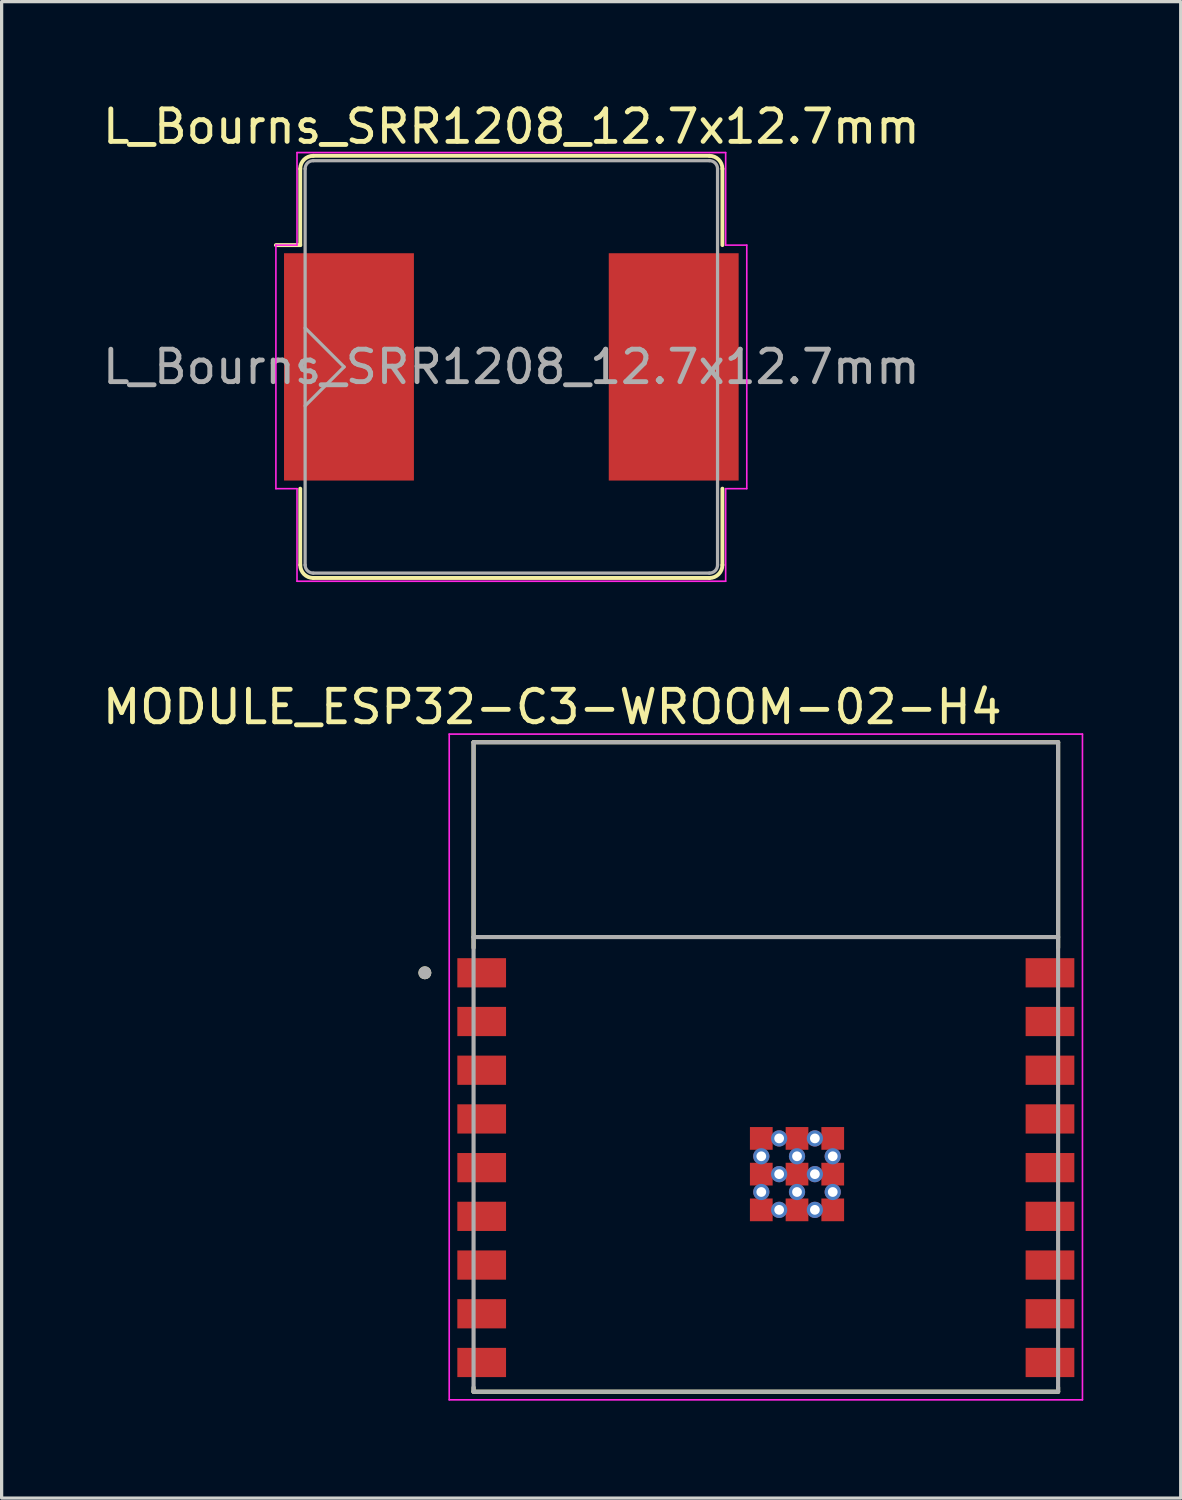
<source format=kicad_pcb>
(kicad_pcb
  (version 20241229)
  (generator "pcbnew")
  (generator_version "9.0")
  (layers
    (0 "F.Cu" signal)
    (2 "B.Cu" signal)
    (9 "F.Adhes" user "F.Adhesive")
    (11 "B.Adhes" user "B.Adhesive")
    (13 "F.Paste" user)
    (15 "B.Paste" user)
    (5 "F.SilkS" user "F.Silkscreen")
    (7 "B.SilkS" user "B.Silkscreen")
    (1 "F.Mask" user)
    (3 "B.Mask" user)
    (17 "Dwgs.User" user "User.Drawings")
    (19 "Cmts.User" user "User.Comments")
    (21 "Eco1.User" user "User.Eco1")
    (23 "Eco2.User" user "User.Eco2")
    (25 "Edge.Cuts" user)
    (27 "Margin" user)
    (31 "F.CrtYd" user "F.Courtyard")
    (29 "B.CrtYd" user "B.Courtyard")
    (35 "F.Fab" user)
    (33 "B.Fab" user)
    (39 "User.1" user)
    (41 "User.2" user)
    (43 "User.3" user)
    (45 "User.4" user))
  (footprint "MODULE_ESP32-C3-WROOM-02-H4"
    (layer "F.Cu")
    (at 20.533 29.806)
    (property "Reference" "MODULE_ESP32-C3-WROOM-02-H4" (at -6.575 -11.085 180) (layer "F.SilkS") (effects (font (size 1 1) (thickness 0.15))))
    (attr smd)
    (fp_line (start -9 -10) (end -9 -3.67) (stroke (width 0.127) (type solid)) (layer "F.SilkS"))
    (fp_line (start -9 10) (end -9 9.87) (stroke (width 0.127) (type solid)) (layer "F.SilkS"))
    (fp_line (start -9 10) (end 9 10) (stroke (width 0.127) (type solid)) (layer "F.SilkS"))
    (fp_line (start 9 -10) (end -9 -10) (stroke (width 0.127) (type solid)) (layer "F.SilkS"))
    (fp_line (start 9 -3.67) (end 9 -10) (stroke (width 0.127) (type solid)) (layer "F.SilkS"))
    (fp_line (start 9 10) (end 9 9.87) (stroke (width 0.127) (type solid)) (layer "F.SilkS"))
    (fp_circle (center -10.5 -2.9) (end -10.4 -2.9) (stroke (width 0.2) (type solid)) (fill no) (layer "F.SilkS"))
    (fp_line (start -9.75 -10.25) (end -9.75 10.25) (stroke (width 0.05) (type solid)) (layer "F.CrtYd"))
    (fp_line (start -9.75 10.25) (end 9.75 10.25) (stroke (width 0.05) (type solid)) (layer "F.CrtYd"))
    (fp_line (start 9.75 -10.25) (end -9.75 -10.25) (stroke (width 0.05) (type solid)) (layer "F.CrtYd"))
    (fp_line (start 9.75 10.25) (end 9.75 -10.25) (stroke (width 0.05) (type solid)) (layer "F.CrtYd"))
    (fp_line (start -9 -10) (end -9 -4) (stroke (width 0.127) (type solid)) (layer "F.Fab"))
    (fp_line (start -9 -4) (end -9 10) (stroke (width 0.127) (type solid)) (layer "F.Fab"))
    (fp_line (start -9 10) (end 9 10) (stroke (width 0.127) (type solid)) (layer "F.Fab"))
    (fp_line (start 9 -10) (end -9 -10) (stroke (width 0.127) (type solid)) (layer "F.Fab"))
    (fp_line (start 9 -4) (end -9 -4) (stroke (width 0.127) (type solid)) (layer "F.Fab"))
    (fp_line (start 9 -4) (end 9 -10) (stroke (width 0.127) (type solid)) (layer "F.Fab"))
    (fp_line (start 9 10) (end 9 -4) (stroke (width 0.127) (type solid)) (layer "F.Fab"))
    (fp_circle (center -10.5 -2.9) (end -10.4 -2.9) (stroke (width 0.2) (type solid)) (fill no) (layer "F.Fab"))
    (pad "1" smd rect (at -8.75 -2.9) (size 1.5 0.9) (layers "F.Cu" "F.Mask" "F.Paste"))
    (pad "2" smd rect (at -8.75 -1.4) (size 1.5 0.9) (layers "F.Cu" "F.Mask" "F.Paste"))
    (pad "3" smd rect (at -8.75 0.1) (size 1.5 0.9) (layers "F.Cu" "F.Mask" "F.Paste"))
    (pad "4" smd rect (at -8.75 1.6) (size 1.5 0.9) (layers "F.Cu" "F.Mask" "F.Paste"))
    (pad "5" smd rect (at -8.75 3.1) (size 1.5 0.9) (layers "F.Cu" "F.Mask" "F.Paste"))
    (pad "6" smd rect (at -8.75 4.6) (size 1.5 0.9) (layers "F.Cu" "F.Mask" "F.Paste"))
    (pad "7" smd rect (at -8.75 6.1) (size 1.5 0.9) (layers "F.Cu" "F.Mask" "F.Paste"))
    (pad "8" smd rect (at -8.75 7.6) (size 1.5 0.9) (layers "F.Cu" "F.Mask" "F.Paste"))
    (pad "9" smd rect (at -8.75 9.1) (size 1.5 0.9) (layers "F.Cu" "F.Mask" "F.Paste"))
    (pad "9" smd rect (at -0.14 2.2) (size 0.7 0.7) (layers "F.Cu" "F.Mask" "F.Paste"))
    (pad "9" thru_hole circle (at -0.14 2.75) (size 0.5 0.5) (drill 0.3) (layers "*.Cu"))
    (pad "9" smd rect (at -0.14 3.3) (size 0.7 0.7) (layers "F.Cu" "F.Mask" "F.Paste"))
    (pad "9" thru_hole circle (at -0.14 3.85) (size 0.5 0.5) (drill 0.3) (layers "*.Cu"))
    (pad "9" smd rect (at -0.14 4.4) (size 0.7 0.7) (layers "F.Cu" "F.Mask" "F.Paste"))
    (pad "9" thru_hole circle (at 0.41 2.2) (size 0.5 0.5) (drill 0.3) (layers "*.Cu"))
    (pad "9" thru_hole circle (at 0.41 3.3) (size 0.5 0.5) (drill 0.3) (layers "*.Cu"))
    (pad "9" thru_hole circle (at 0.41 4.4) (size 0.5 0.5) (drill 0.3) (layers "*.Cu"))
    (pad "9" smd rect (at 0.96 2.2) (size 0.7 0.7) (layers "F.Cu" "F.Mask" "F.Paste"))
    (pad "9" thru_hole circle (at 0.96 2.75) (size 0.5 0.5) (drill 0.3) (layers "*.Cu"))
    (pad "9" smd rect (at 0.96 3.3) (size 0.7 0.7) (layers "F.Cu" "F.Mask" "F.Paste"))
    (pad "9" thru_hole circle (at 0.96 3.85) (size 0.5 0.5) (drill 0.3) (layers "*.Cu"))
    (pad "9" smd rect (at 0.96 4.4) (size 0.7 0.7) (layers "F.Cu" "F.Mask" "F.Paste"))
    (pad "9" thru_hole circle (at 1.51 2.2) (size 0.5 0.5) (drill 0.3) (layers "*.Cu"))
    (pad "9" thru_hole circle (at 1.51 3.3) (size 0.5 0.5) (drill 0.3) (layers "*.Cu"))
    (pad "9" thru_hole circle (at 1.51 4.4) (size 0.5 0.5) (drill 0.3) (layers "*.Cu"))
    (pad "9" smd rect (at 2.06 2.2) (size 0.7 0.7) (layers "F.Cu" "F.Mask" "F.Paste"))
    (pad "9" thru_hole circle (at 2.06 2.75) (size 0.5 0.5) (drill 0.3) (layers "*.Cu"))
    (pad "9" smd rect (at 2.06 3.3) (size 0.7 0.7) (layers "F.Cu" "F.Mask" "F.Paste"))
    (pad "9" thru_hole circle (at 2.06 3.85) (size 0.5 0.5) (drill 0.3) (layers "*.Cu"))
    (pad "9" smd rect (at 2.06 4.4) (size 0.7 0.7) (layers "F.Cu" "F.Mask" "F.Paste"))
    (pad "10" smd rect (at 8.75 9.1) (size 1.5 0.9) (layers "F.Cu" "F.Mask" "F.Paste"))
    (pad "11" smd rect (at 8.75 7.6) (size 1.5 0.9) (layers "F.Cu" "F.Mask" "F.Paste"))
    (pad "12" smd rect (at 8.75 6.1) (size 1.5 0.9) (layers "F.Cu" "F.Mask" "F.Paste"))
    (pad "13" smd rect (at 8.75 4.6) (size 1.5 0.9) (layers "F.Cu" "F.Mask" "F.Paste"))
    (pad "14" smd rect (at 8.75 3.1) (size 1.5 0.9) (layers "F.Cu" "F.Mask" "F.Paste"))
    (pad "15" smd rect (at 8.75 1.6) (size 1.5 0.9) (layers "F.Cu" "F.Mask" "F.Paste"))
    (pad "16" smd rect (at 8.75 0.1) (size 1.5 0.9) (layers "F.Cu" "F.Mask" "F.Paste"))
    (pad "17" smd rect (at 8.75 -1.4) (size 1.5 0.9) (layers "F.Cu" "F.Mask" "F.Paste"))
    (pad "18" smd rect (at 8.75 -2.9) (size 1.5 0.9) (layers "F.Cu" "F.Mask" "F.Paste"))
    (zone (net_name "") (layer "F.Cu") (hatch full 0.508) (connect_pads) (min_thickness 0.01) (filled_areas_thickness no) (keepout (tracks not_allowed) (vias not_allowed) (pads not_allowed) (copperpour not_allowed) (footprints allowed)) (placement (enabled no)) (fill) (polygon (pts (xy 11.533 19.806) (xy 29.533 19.806) (xy 29.533 25.806) (xy 11.533 25.806))))
    (zone (net_name "") (layers "F.Cu" "B.Cu") (hatch full 0.508) (connect_pads) (min_thickness 0.01) (filled_areas_thickness no) (keepout (tracks allowed) (vias not_allowed) (pads allowed) (copperpour allowed) (footprints allowed)) (placement (enabled no)) (fill) (polygon (pts (xy 11.533 19.806) (xy 29.533 19.806) (xy 29.533 25.806) (xy 11.533 25.806))))
    (zone (net_name "") (layer "B.Cu") (hatch full 0.508) (connect_pads) (min_thickness 0.01) (filled_areas_thickness no) (keepout (tracks not_allowed) (vias not_allowed) (pads not_allowed) (copperpour not_allowed) (footprints allowed)) (placement (enabled no)) (fill) (polygon (pts (xy 11.533 19.806) (xy 29.533 19.806) (xy 29.533 25.806) (xy 11.533 25.806)))))
  (footprint "L_Bourns_SRR1208_12.7x12.7mm"
    (layer "F.Cu")
    (at 12.696 8.248)
    (property "Reference" "L_Bourns_SRR1208_12.7x12.7mm" (at 0 -7.4 180) (layer "F.SilkS") (effects (font (size 1 1) (thickness 0.15))))
    (attr smd)
    (fp_line (start -6.5 -6.1) (end -6.5 -3.75) (stroke (width 0.12) (type solid)) (layer "F.SilkS"))
    (fp_line (start -6.5 -3.75) (end -7.25 -3.75) (stroke (width 0.12) (type solid)) (layer "F.SilkS"))
    (fp_line (start -6.5 3.75) (end -6.5 6.1) (stroke (width 0.12) (type solid)) (layer "F.SilkS"))
    (fp_line (start -6.1 -6.5) (end 6.1 -6.5) (stroke (width 0.12) (type solid)) (layer "F.SilkS"))
    (fp_line (start 6.1 6.5) (end -6.1 6.5) (stroke (width 0.12) (type solid)) (layer "F.SilkS"))
    (fp_line (start 6.5 -6.1) (end 6.5 -3.75) (stroke (width 0.12) (type solid)) (layer "F.SilkS"))
    (fp_line (start 6.5 3.75) (end 6.5 6.1) (stroke (width 0.12) (type solid)) (layer "F.SilkS"))
    (fp_arc (start -6.5 -6.1) (mid -6.382843 -6.382843) (end -6.1 -6.5) (stroke (width 0.12) (type solid)) (layer "F.SilkS"))
    (fp_arc (start -6.1 6.5) (mid -6.382843 6.382843) (end -6.5 6.1) (stroke (width 0.12) (type solid)) (layer "F.SilkS"))
    (fp_arc (start 6.1 -6.5) (mid 6.382843 -6.382843) (end 6.5 -6.1) (stroke (width 0.12) (type solid)) (layer "F.SilkS"))
    (fp_arc (start 6.5 6.1) (mid 6.382843 6.382843) (end 6.1 6.5) (stroke (width 0.12) (type solid)) (layer "F.SilkS"))
    (fp_line (start -7.25 -3.75) (end -7.25 3.75) (stroke (width 0.05) (type solid)) (layer "F.CrtYd"))
    (fp_line (start -7.25 -3.75) (end -6.6 -3.75) (stroke (width 0.05) (type solid)) (layer "F.CrtYd"))
    (fp_line (start -6.6 -6.6) (end -6.6 -3.75) (stroke (width 0.05) (type solid)) (layer "F.CrtYd"))
    (fp_line (start -6.6 -6.6) (end 6.6 -6.6) (stroke (width 0.05) (type solid)) (layer "F.CrtYd"))
    (fp_line (start -6.6 3.75) (end -7.25 3.75) (stroke (width 0.05) (type solid)) (layer "F.CrtYd"))
    (fp_line (start -6.6 6.6) (end -6.6 3.75) (stroke (width 0.05) (type solid)) (layer "F.CrtYd"))
    (fp_line (start 6.6 -6.6) (end 6.6 -3.75) (stroke (width 0.05) (type solid)) (layer "F.CrtYd"))
    (fp_line (start 6.6 3.75) (end 6.6 6.6) (stroke (width 0.05) (type solid)) (layer "F.CrtYd"))
    (fp_line (start 6.6 6.6) (end -6.6 6.6) (stroke (width 0.05) (type solid)) (layer "F.CrtYd"))
    (fp_line (start 7.25 -3.75) (end 6.6 -3.75) (stroke (width 0.05) (type solid)) (layer "F.CrtYd"))
    (fp_line (start 7.25 -3.75) (end 7.25 3.75) (stroke (width 0.05) (type solid)) (layer "F.CrtYd"))
    (fp_line (start 7.25 3.75) (end 6.6 3.75) (stroke (width 0.05) (type solid)) (layer "F.CrtYd"))
    (fp_line (start -6.35 -6.1) (end -6.35 6.1) (stroke (width 0.1) (type solid)) (layer "F.Fab"))
    (fp_line (start -6.1 -6.35) (end 6.1 -6.35) (stroke (width 0.1) (type solid)) (layer "F.Fab"))
    (fp_line (start -5.15 0) (end -6.35 -1.2) (stroke (width 0.1) (type solid)) (layer "F.Fab"))
    (fp_line (start -5.15 0) (end -6.35 1.2) (stroke (width 0.1) (type solid)) (layer "F.Fab"))
    (fp_line (start 6.1 6.35) (end -6.1 6.35) (stroke (width 0.1) (type solid)) (layer "F.Fab"))
    (fp_line (start 6.35 -6.1) (end 6.35 6.1) (stroke (width 0.1) (type solid)) (layer "F.Fab"))
    (fp_arc (start -6.35 -6.1) (mid -6.276777 -6.276777) (end -6.1 -6.35) (stroke (width 0.1) (type solid)) (layer "F.Fab"))
    (fp_arc (start -6.1 6.35) (mid -6.276777 6.276777) (end -6.35 6.1) (stroke (width 0.1) (type solid)) (layer "F.Fab"))
    (fp_arc (start 6.1 -6.35) (mid 6.276777 -6.276777) (end 6.35 -6.1) (stroke (width 0.1) (type solid)) (layer "F.Fab"))
    (fp_arc (start 6.35 6.1) (mid 6.276777 6.276777) (end 6.1 6.35) (stroke (width 0.1) (type solid)) (layer "F.Fab"))
    (fp_text user "${REFERENCE}" (at 0 0 180) (layer "F.Fab") (effects (font (size 1 1) (thickness 0.15))))
    (pad "1" smd rect (at -5 0) (size 4 7) (layers "F.Cu" "F.Mask" "F.Paste"))
    (pad "2" smd rect (at 5 0) (size 4 7) (layers "F.Cu" "F.Mask" "F.Paste")))
  (gr_rect
    (start -3 -3)
    (end 33.308 43.081)
    (stroke (width 0.1) (type default))
    (fill no)
    (layer "Edge.Cuts")))
</source>
